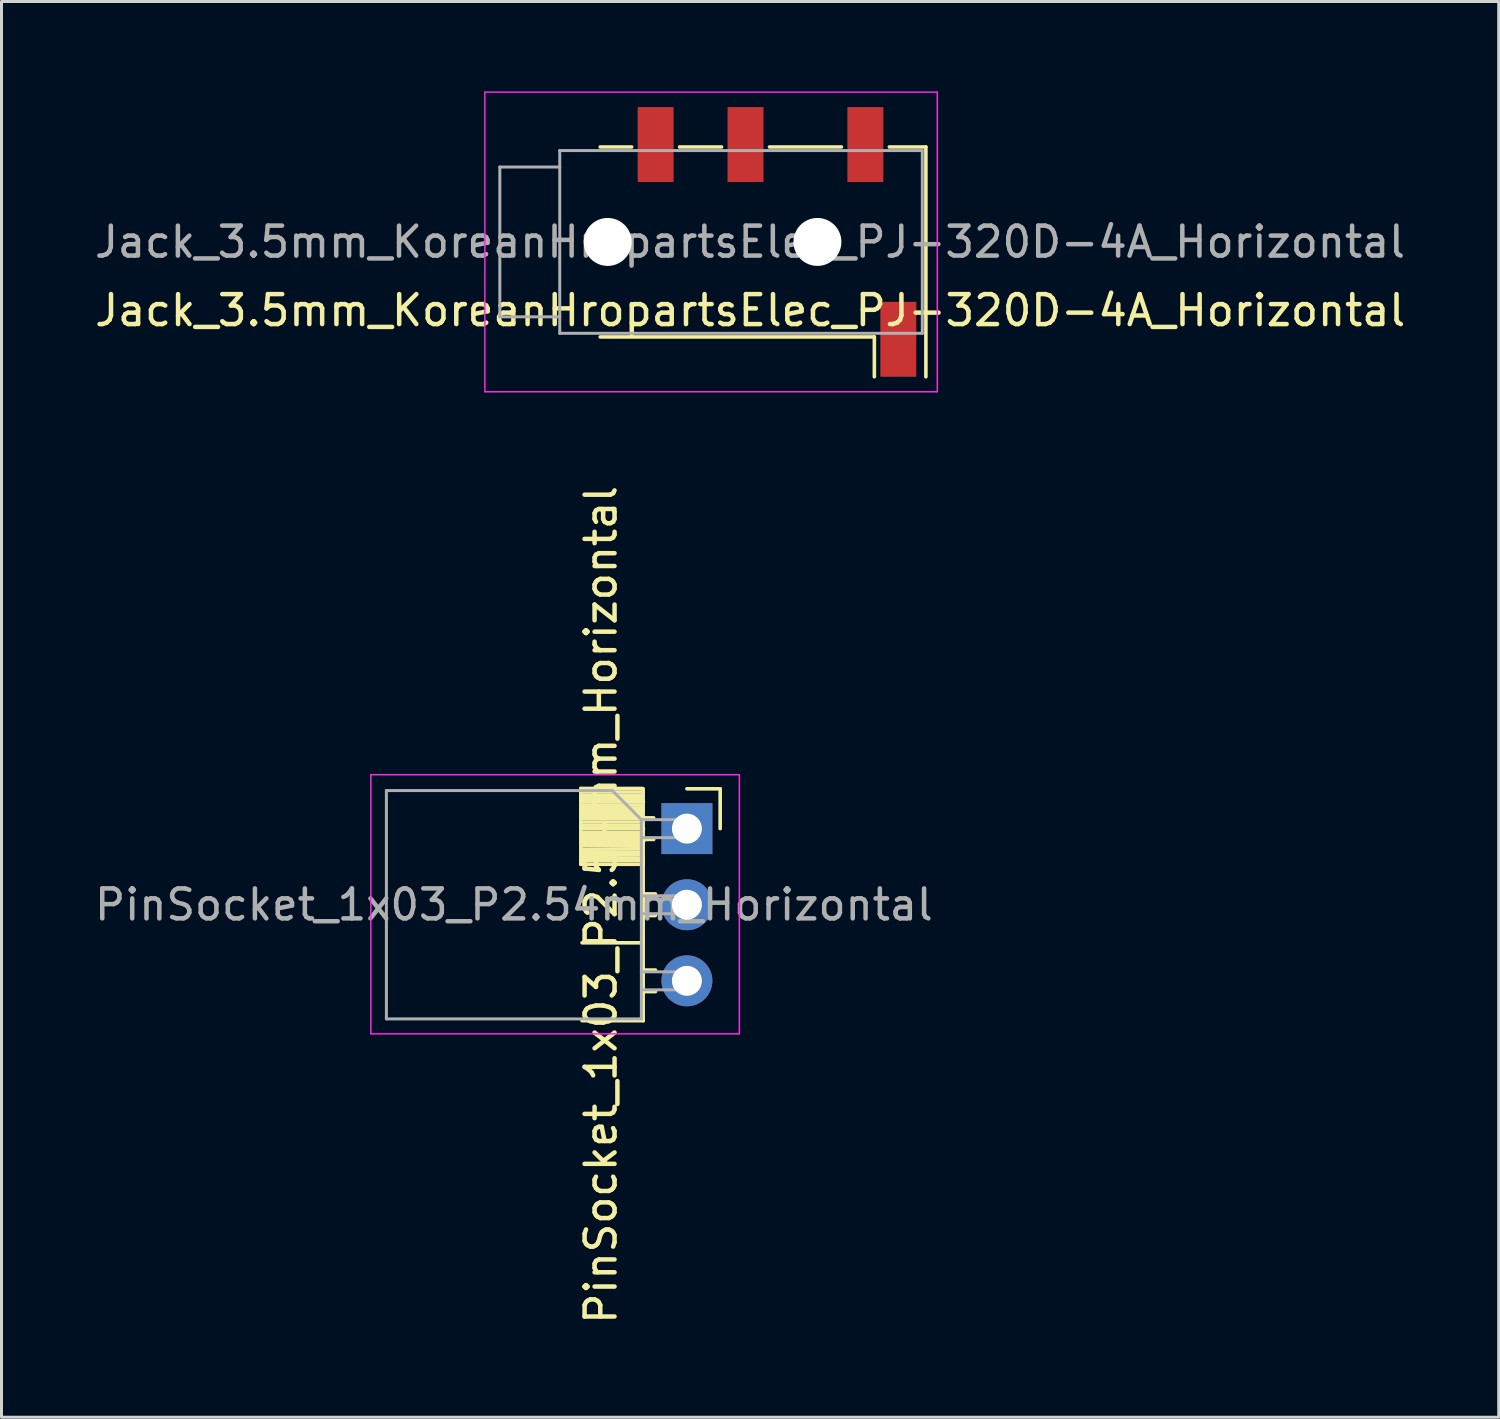
<source format=kicad_pcb>
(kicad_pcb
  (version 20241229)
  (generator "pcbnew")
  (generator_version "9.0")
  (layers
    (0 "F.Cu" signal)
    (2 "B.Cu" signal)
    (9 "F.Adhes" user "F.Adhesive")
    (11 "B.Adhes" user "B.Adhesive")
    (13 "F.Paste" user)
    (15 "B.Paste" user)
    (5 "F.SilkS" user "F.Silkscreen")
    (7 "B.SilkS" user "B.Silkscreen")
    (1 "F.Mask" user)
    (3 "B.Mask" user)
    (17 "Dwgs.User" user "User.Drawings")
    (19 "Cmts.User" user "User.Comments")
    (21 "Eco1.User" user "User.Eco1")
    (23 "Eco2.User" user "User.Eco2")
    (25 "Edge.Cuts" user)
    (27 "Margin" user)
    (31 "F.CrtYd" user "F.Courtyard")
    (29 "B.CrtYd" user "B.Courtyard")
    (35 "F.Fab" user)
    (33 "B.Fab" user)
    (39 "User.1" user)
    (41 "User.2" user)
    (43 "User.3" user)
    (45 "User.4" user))
  (footprint "PinSocket_1x03_P2.54mm_Horizontal"
    (layer "F.Cu")
    (at 19.876 24.606)
    (property "Reference" "PinSocket_1x03_P2.54mm_Horizontal" (at -2.87 2.545 90) (layer "F.SilkS") (effects (font (size 1 1) (thickness 0.15))))
    (attr through_hole)
    (fp_line (start -3.54 -1.34) (end -1.48 -1.34) (stroke (width 0.12) (type solid)) (layer "F.SilkS"))
    (fp_line (start -3.54 -1.222) (end -1.48 -1.222) (stroke (width 0.12) (type solid)) (layer "F.SilkS"))
    (fp_line (start -3.54 -1) (end -1.47 -1) (stroke (width 0.12) (type solid)) (layer "F.SilkS"))
    (fp_line (start -3.54 0.22) (end -1.49 0.22) (stroke (width 0.12) (type solid)) (layer "F.SilkS"))
    (fp_line (start -3.54 1.07) (end -1.46 1.07) (stroke (width 0.12) (type solid)) (layer "F.SilkS"))
    (fp_line (start -3.54 1.19) (end -3.54 -1.34) (stroke (width 0.12) (type solid)) (layer "F.SilkS"))
    (fp_line (start -3.54 1.19) (end -1.46 1.19) (stroke (width 0.12) (type solid)) (layer "F.SilkS"))
    (fp_line (start -3.539 -0.614) (end -1.459 -0.614) (stroke (width 0.12) (type solid)) (layer "F.SilkS"))
    (fp_line (start -3.53 -0.9) (end -1.45 -0.9) (stroke (width 0.12) (type solid)) (layer "F.SilkS"))
    (fp_line (start -3.53 -0.51) (end -1.49 -0.5) (stroke (width 0.12) (type solid)) (layer "F.SilkS"))
    (fp_line (start -3.53 -0.4) (end -1.5 -0.41) (stroke (width 0.12) (type solid)) (layer "F.SilkS"))
    (fp_line (start -3.53 0) (end -1.45 0) (stroke (width 0.12) (type solid)) (layer "F.SilkS"))
    (fp_line (start -3.53 0.34) (end -1.49 0.34) (stroke (width 0.12) (type solid)) (layer "F.SilkS"))
    (fp_line (start -3.523 0.493) (end -1.52 0.5) (stroke (width 0.12) (type solid)) (layer "F.SilkS"))
    (fp_line (start -3.52 -0.33) (end -1.49 -0.33) (stroke (width 0.12) (type solid)) (layer "F.SilkS"))
    (fp_line (start -3.52 -0.22) (end -1.49 -0.22) (stroke (width 0.12) (type solid)) (layer "F.SilkS"))
    (fp_line (start -3.52 -0.1) (end -1.5 -0.1) (stroke (width 0.12) (type solid)) (layer "F.SilkS"))
    (fp_line (start -3.52 0.12) (end -1.48 0.12) (stroke (width 0.12) (type solid)) (layer "F.SilkS"))
    (fp_line (start -3.52 0.42) (end -1.44 0.42) (stroke (width 0.12) (type solid)) (layer "F.SilkS"))
    (fp_line (start -3.52 0.57) (end -1.49 0.57) (stroke (width 0.12) (type solid)) (layer "F.SilkS"))
    (fp_line (start -3.51 -1.11) (end -1.47 -1.11) (stroke (width 0.12) (type solid)) (layer "F.SilkS"))
    (fp_line (start -3.51 -0.7) (end -1.48 -0.69) (stroke (width 0.12) (type solid)) (layer "F.SilkS"))
    (fp_line (start -3.5 0.78) (end -1.49 0.78) (stroke (width 0.12) (type solid)) (layer "F.SilkS"))
    (fp_line (start -3.5 0.97) (end -1.54 0.98) (stroke (width 0.12) (type solid)) (layer "F.SilkS"))
    (fp_line (start -3.5 3.81) (end -1.46 3.81) (stroke (width 0.12) (type solid)) (layer "F.SilkS"))
    (fp_line (start -3.5 6.41) (end -1.46 6.41) (stroke (width 0.12) (type solid)) (layer "F.SilkS"))
    (fp_line (start -3.49 0.87) (end -1.51 0.87) (stroke (width 0.12) (type solid)) (layer "F.SilkS"))
    (fp_line (start -3.48 0.69) (end -1.48 0.67) (stroke (width 0.12) (type solid)) (layer "F.SilkS"))
    (fp_line (start -3.46 -0.79) (end -1.47 -0.79) (stroke (width 0.12) (type solid)) (layer "F.SilkS"))
    (fp_line (start -1.46 -1.33) (end -1.46 6.41) (stroke (width 0.12) (type solid)) (layer "F.SilkS"))
    (fp_line (start -1.46 -0.36) (end -1.11 -0.36) (stroke (width 0.12) (type solid)) (layer "F.SilkS"))
    (fp_line (start -1.46 0.36) (end -1.11 0.36) (stroke (width 0.12) (type solid)) (layer "F.SilkS"))
    (fp_line (start -1.46 2.18) (end -1.05 2.18) (stroke (width 0.12) (type solid)) (layer "F.SilkS"))
    (fp_line (start -1.46 2.9) (end -1.05 2.9) (stroke (width 0.12) (type solid)) (layer "F.SilkS"))
    (fp_line (start -1.46 4.72) (end -1.05 4.72) (stroke (width 0.12) (type solid)) (layer "F.SilkS"))
    (fp_line (start -1.46 5.44) (end -1.05 5.44) (stroke (width 0.12) (type solid)) (layer "F.SilkS"))
    (fp_line (start 0 -1.33) (end 1.11 -1.33) (stroke (width 0.12) (type solid)) (layer "F.SilkS"))
    (fp_line (start 1.11 -1.33) (end 1.11 0) (stroke (width 0.12) (type solid)) (layer "F.SilkS"))
    (fp_line (start -10.55 -1.8) (end -10.55 6.85) (stroke (width 0.05) (type solid)) (layer "F.CrtYd"))
    (fp_line (start -10.55 6.85) (end 1.75 6.85) (stroke (width 0.05) (type solid)) (layer "F.CrtYd"))
    (fp_line (start 1.75 -1.8) (end -10.55 -1.8) (stroke (width 0.05) (type solid)) (layer "F.CrtYd"))
    (fp_line (start 1.75 6.85) (end 1.75 -1.8) (stroke (width 0.05) (type solid)) (layer "F.CrtYd"))
    (fp_line (start -10.03 -1.27) (end -2.49 -1.27) (stroke (width 0.1) (type solid)) (layer "F.Fab"))
    (fp_line (start -10.03 6.35) (end -10.03 -1.27) (stroke (width 0.1) (type solid)) (layer "F.Fab"))
    (fp_line (start -2.49 -1.27) (end -1.52 -0.3) (stroke (width 0.1) (type solid)) (layer "F.Fab"))
    (fp_line (start -1.52 -0.3) (end -1.52 6.35) (stroke (width 0.1) (type solid)) (layer "F.Fab"))
    (fp_line (start -1.52 0.3) (end 0 0.3) (stroke (width 0.1) (type solid)) (layer "F.Fab"))
    (fp_line (start -1.52 2.84) (end 0 2.84) (stroke (width 0.1) (type solid)) (layer "F.Fab"))
    (fp_line (start -1.52 5.38) (end 0 5.38) (stroke (width 0.1) (type solid)) (layer "F.Fab"))
    (fp_line (start -1.52 6.35) (end -10.03 6.35) (stroke (width 0.1) (type solid)) (layer "F.Fab"))
    (fp_line (start 0 -0.3) (end -1.52 -0.3) (stroke (width 0.1) (type solid)) (layer "F.Fab"))
    (fp_line (start 0 0.3) (end 0 -0.3) (stroke (width 0.1) (type solid)) (layer "F.Fab"))
    (fp_line (start 0 2.24) (end -1.52 2.24) (stroke (width 0.1) (type solid)) (layer "F.Fab"))
    (fp_line (start 0 2.84) (end 0 2.24) (stroke (width 0.1) (type solid)) (layer "F.Fab"))
    (fp_line (start 0 4.78) (end -1.52 4.78) (stroke (width 0.1) (type solid)) (layer "F.Fab"))
    (fp_line (start 0 5.38) (end 0 4.78) (stroke (width 0.1) (type solid)) (layer "F.Fab"))
    (fp_text user "${REFERENCE}" (at -5.775 2.54 0) (layer "F.Fab") (effects (font (size 1 1) (thickness 0.15))))
    (pad "1" thru_hole rect (at 0 0) (size 1.7 1.7) (drill 1) (layers "*.Cu" "*.Mask"))
    (pad "2" thru_hole oval (at 0 2.54) (size 1.7 1.7) (drill 1) (layers "*.Cu" "*.Mask"))
    (pad "3" thru_hole oval (at 0 5.08) (size 1.7 1.7) (drill 1) (layers "*.Cu" "*.Mask")))
  (footprint "Jack_3.5mm_KoreanHropartsElec_PJ-320D-4A_Horizontal"
    (layer "F.Cu")
    (at 21.982 5.025)
    (property "Reference" "Jack_3.5mm_KoreanHropartsElec_PJ-320D-4A_Horizontal" (at 0.006 2.286 0) (unlocked yes) (layer "F.SilkS") (effects (font (size 1 1) (thickness 0.15))))
    (attr smd)
    (fp_line (start -5 -3.17) (end -3.95 -3.17) (stroke (width 0.12) (type solid)) (layer "F.SilkS"))
    (fp_line (start -2.35 -3.17) (end -0.95 -3.17) (stroke (width 0.12) (type solid)) (layer "F.SilkS"))
    (fp_line (start 0.65 -3.17) (end 3.05 -3.17) (stroke (width 0.12) (type solid)) (layer "F.SilkS"))
    (fp_line (start 4.15 3.17) (end -5 3.17) (stroke (width 0.12) (type solid)) (layer "F.SilkS"))
    (fp_line (start 4.15 4.5) (end 4.15 3.17) (stroke (width 0.12) (type solid)) (layer "F.SilkS"))
    (fp_line (start 5.87 -3.17) (end 4.65 -3.17) (stroke (width 0.12) (type solid)) (layer "F.SilkS"))
    (fp_line (start 5.87 -3.17) (end 5.87 4.5) (stroke (width 0.12) (type solid)) (layer "F.SilkS"))
    (fp_line (start -8.85 -5) (end -8.85 5) (stroke (width 0.05) (type solid)) (layer "F.CrtYd"))
    (fp_line (start -8.85 5) (end 6.25 5) (stroke (width 0.05) (type solid)) (layer "F.CrtYd"))
    (fp_line (start 6.25 -5) (end -8.85 -5) (stroke (width 0.05) (type solid)) (layer "F.CrtYd"))
    (fp_line (start 6.25 5) (end 6.25 -5) (stroke (width 0.05) (type solid)) (layer "F.CrtYd"))
    (fp_line (start -8.35 -2.5) (end -6.35 -2.5) (stroke (width 0.1) (type solid)) (layer "F.Fab"))
    (fp_line (start -8.35 2.5) (end -8.35 -2.5) (stroke (width 0.1) (type solid)) (layer "F.Fab"))
    (fp_line (start -6.35 -3.05) (end 5.75 -3.05) (stroke (width 0.1) (type solid)) (layer "F.Fab"))
    (fp_line (start -6.35 2.5) (end -8.35 2.5) (stroke (width 0.1) (type solid)) (layer "F.Fab"))
    (fp_line (start -6.35 3.05) (end -6.35 -3.05) (stroke (width 0.1) (type solid)) (layer "F.Fab"))
    (fp_line (start 5.75 -3.05) (end 5.75 3.05) (stroke (width 0.1) (type solid)) (layer "F.Fab"))
    (fp_line (start 5.75 3.05) (end -6.35 3.05) (stroke (width 0.1) (type solid)) (layer "F.Fab"))
    (fp_text user "${REFERENCE}" (at 0 0 0) (unlocked yes) (layer "F.Fab") (effects (font (size 1 1) (thickness 0.15))))
    (pad "" np_thru_hole circle (at -4.75 0) (size 1.6 1.6) (drill 1.6) (layers "*.Cu" "*.Mask"))
    (pad "" np_thru_hole circle (at 2.25 0) (size 1.6 1.6) (drill 1.6) (layers "*.Cu" "*.Mask"))
    (pad "R1" smd rect (at -0.15 -3.25) (size 1.2 2.5) (layers "F.Cu" "F.Mask" "F.Paste"))
    (pad "R2" smd rect (at -3.15 -3.25) (size 1.2 2.5) (layers "F.Cu" "F.Mask" "F.Paste"))
    (pad "S" smd rect (at 4.95 3.25) (size 1.2 2.5) (layers "F.Cu" "F.Mask" "F.Paste"))
    (pad "T" smd rect (at 3.85 -3.25) (size 1.2 2.5) (layers "F.Cu" "F.Mask" "F.Paste")))
  (gr_rect
    (start -3 -3)
    (end 46.971 44.252)
    (stroke (width 0.1) (type default))
    (fill no)
    (layer "Edge.Cuts")))
</source>
